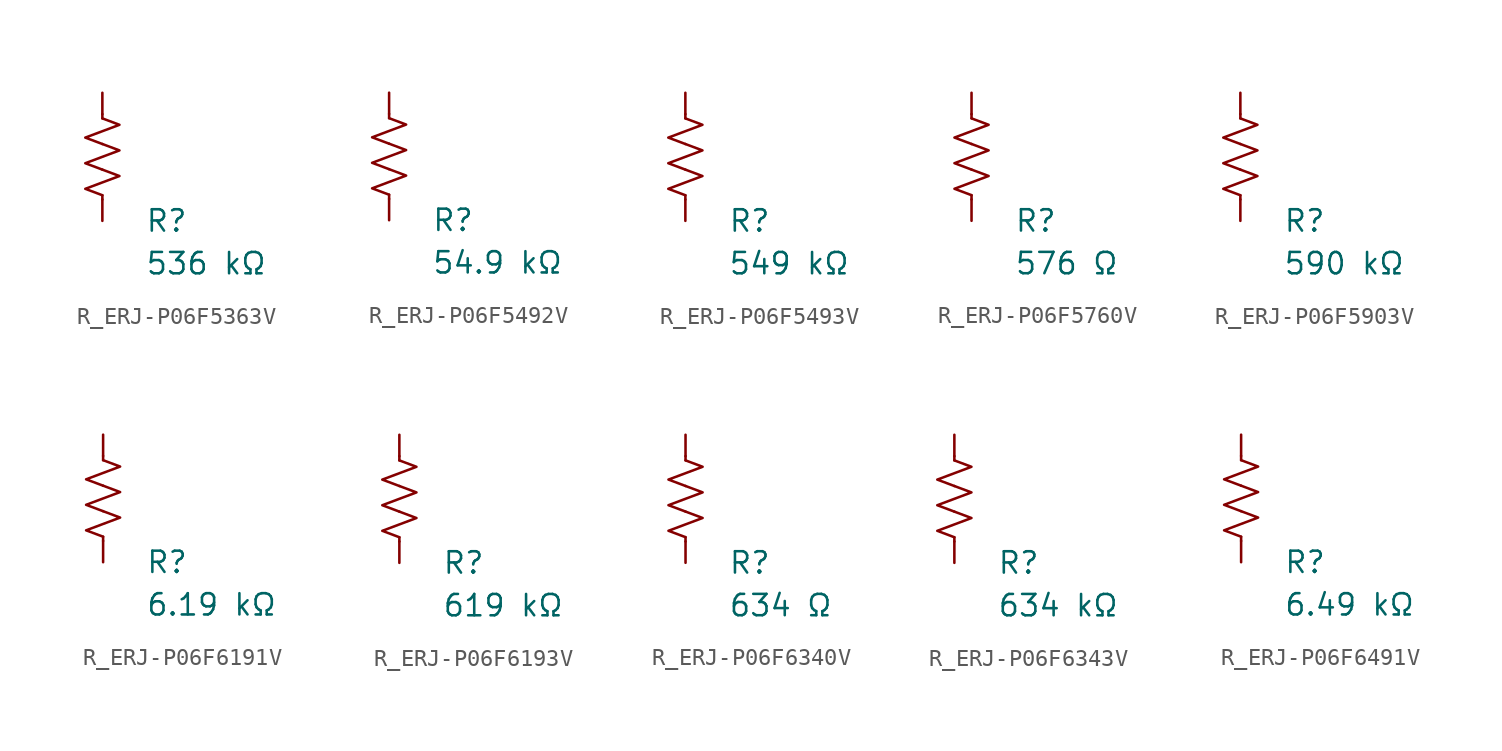
<source format=kicad_sym>
(kicad_symbol_lib
  (version 20231120)
  (generator "kicad_symbol_editor")
  (generator_version "8.0")
  (symbol "R_ERJ-P06F5363V"
    (pin_numbers hide)
    (pin_names
      (offset 0))
    (property "Reference" "R"
      (at 2.54 -3.81 0)
      (effects (font (size 1.27 1.27)) (justify left))
      (show_name no))
    (property "Value" "536 kΩ"
      (at 2.54 -6.35 0)
      (effects (font (size 1.27 1.27)) (justify left))
      (show_name no))
    (symbol "R_ERJ-P06F5363V_0_1"
      (polyline (pts (xy 0 -2.286) (xy 0 -2.54)) (stroke (width 0) (type default)) (fill (type none)))
      (polyline (pts (xy 0 2.286) (xy 0 2.54)) (stroke (width 0) (type default)) (fill (type none)))
      (polyline (pts (xy 0 -0.762) (xy 1.016 -1.143) (xy 0 -1.524) (xy -1.016 -1.905) (xy 0 -2.286)) (stroke (width 0) (type default)) (fill (type none)))
      (polyline (pts (xy 0 0.762) (xy 1.016 0.381) (xy 0 0) (xy -1.016 -0.381) (xy 0 -0.762)) (stroke (width 0) (type default)) (fill (type none)))
      (polyline (pts (xy 0 2.286) (xy 1.016 1.905) (xy 0 1.524) (xy -1.016 1.143) (xy 0 0.762)) (stroke (width 0) (type default)) (fill (type none))))
    (symbol "R_ERJ-P06F5363V_1_1"
      (pin passive line (at 0 3.81 270) (length 1.27) (name "~" (effects (font (size 1.27 1.27)))) (number "1" (effects (font (size 1.27 1.27)))))
      (pin passive line (at 0 -3.81 90) (length 1.27) (name "~" (effects (font (size 1.27 1.27)))) (number "2" (effects (font (size 1.27 1.27)))))))
  (symbol "R_ERJ-P06F5492V"
    (pin_numbers hide)
    (pin_names
      (offset 0))
    (property "Reference" "R"
      (at 2.54 -3.81 0)
      (effects (font (size 1.27 1.27)) (justify left))
      (show_name no))
    (property "Value" "54.9 kΩ"
      (at 2.54 -6.35 0)
      (effects (font (size 1.27 1.27)) (justify left))
      (show_name no))
    (symbol "R_ERJ-P06F5492V_0_1"
      (polyline (pts (xy 0 -2.286) (xy 0 -2.54)) (stroke (width 0) (type default)) (fill (type none)))
      (polyline (pts (xy 0 2.286) (xy 0 2.54)) (stroke (width 0) (type default)) (fill (type none)))
      (polyline (pts (xy 0 -0.762) (xy 1.016 -1.143) (xy 0 -1.524) (xy -1.016 -1.905) (xy 0 -2.286)) (stroke (width 0) (type default)) (fill (type none)))
      (polyline (pts (xy 0 0.762) (xy 1.016 0.381) (xy 0 0) (xy -1.016 -0.381) (xy 0 -0.762)) (stroke (width 0) (type default)) (fill (type none)))
      (polyline (pts (xy 0 2.286) (xy 1.016 1.905) (xy 0 1.524) (xy -1.016 1.143) (xy 0 0.762)) (stroke (width 0) (type default)) (fill (type none))))
    (symbol "R_ERJ-P06F5492V_1_1"
      (pin passive line (at 0 3.81 270) (length 1.27) (name "~" (effects (font (size 1.27 1.27)))) (number "1" (effects (font (size 1.27 1.27)))))
      (pin passive line (at 0 -3.81 90) (length 1.27) (name "~" (effects (font (size 1.27 1.27)))) (number "2" (effects (font (size 1.27 1.27)))))))
  (symbol "R_ERJ-P06F5493V"
    (pin_numbers hide)
    (pin_names
      (offset 0))
    (property "Reference" "R"
      (at 2.54 -3.81 0)
      (effects (font (size 1.27 1.27)) (justify left))
      (show_name no))
    (property "Value" "549 kΩ"
      (at 2.54 -6.35 0)
      (effects (font (size 1.27 1.27)) (justify left))
      (show_name no))
    (symbol "R_ERJ-P06F5493V_0_1"
      (polyline (pts (xy 0 -2.286) (xy 0 -2.54)) (stroke (width 0) (type default)) (fill (type none)))
      (polyline (pts (xy 0 2.286) (xy 0 2.54)) (stroke (width 0) (type default)) (fill (type none)))
      (polyline (pts (xy 0 -0.762) (xy 1.016 -1.143) (xy 0 -1.524) (xy -1.016 -1.905) (xy 0 -2.286)) (stroke (width 0) (type default)) (fill (type none)))
      (polyline (pts (xy 0 0.762) (xy 1.016 0.381) (xy 0 0) (xy -1.016 -0.381) (xy 0 -0.762)) (stroke (width 0) (type default)) (fill (type none)))
      (polyline (pts (xy 0 2.286) (xy 1.016 1.905) (xy 0 1.524) (xy -1.016 1.143) (xy 0 0.762)) (stroke (width 0) (type default)) (fill (type none))))
    (symbol "R_ERJ-P06F5493V_1_1"
      (pin passive line (at 0 3.81 270) (length 1.27) (name "~" (effects (font (size 1.27 1.27)))) (number "1" (effects (font (size 1.27 1.27)))))
      (pin passive line (at 0 -3.81 90) (length 1.27) (name "~" (effects (font (size 1.27 1.27)))) (number "2" (effects (font (size 1.27 1.27)))))))
  (symbol "R_ERJ-P06F5760V"
    (pin_numbers hide)
    (pin_names
      (offset 0))
    (property "Reference" "R"
      (at 2.54 -3.81 0)
      (effects (font (size 1.27 1.27)) (justify left))
      (show_name no))
    (property "Value" "576 Ω"
      (at 2.54 -6.35 0)
      (effects (font (size 1.27 1.27)) (justify left))
      (show_name no))
    (symbol "R_ERJ-P06F5760V_0_1"
      (polyline (pts (xy 0 -2.286) (xy 0 -2.54)) (stroke (width 0) (type default)) (fill (type none)))
      (polyline (pts (xy 0 2.286) (xy 0 2.54)) (stroke (width 0) (type default)) (fill (type none)))
      (polyline (pts (xy 0 -0.762) (xy 1.016 -1.143) (xy 0 -1.524) (xy -1.016 -1.905) (xy 0 -2.286)) (stroke (width 0) (type default)) (fill (type none)))
      (polyline (pts (xy 0 0.762) (xy 1.016 0.381) (xy 0 0) (xy -1.016 -0.381) (xy 0 -0.762)) (stroke (width 0) (type default)) (fill (type none)))
      (polyline (pts (xy 0 2.286) (xy 1.016 1.905) (xy 0 1.524) (xy -1.016 1.143) (xy 0 0.762)) (stroke (width 0) (type default)) (fill (type none))))
    (symbol "R_ERJ-P06F5760V_1_1"
      (pin passive line (at 0 3.81 270) (length 1.27) (name "~" (effects (font (size 1.27 1.27)))) (number "1" (effects (font (size 1.27 1.27)))))
      (pin passive line (at 0 -3.81 90) (length 1.27) (name "~" (effects (font (size 1.27 1.27)))) (number "2" (effects (font (size 1.27 1.27)))))))
  (symbol "R_ERJ-P06F5903V"
    (pin_numbers hide)
    (pin_names
      (offset 0))
    (property "Reference" "R"
      (at 2.54 -3.81 0)
      (effects (font (size 1.27 1.27)) (justify left))
      (show_name no))
    (property "Value" "590 kΩ"
      (at 2.54 -6.35 0)
      (effects (font (size 1.27 1.27)) (justify left))
      (show_name no))
    (symbol "R_ERJ-P06F5903V_0_1"
      (polyline (pts (xy 0 -2.286) (xy 0 -2.54)) (stroke (width 0) (type default)) (fill (type none)))
      (polyline (pts (xy 0 2.286) (xy 0 2.54)) (stroke (width 0) (type default)) (fill (type none)))
      (polyline (pts (xy 0 -0.762) (xy 1.016 -1.143) (xy 0 -1.524) (xy -1.016 -1.905) (xy 0 -2.286)) (stroke (width 0) (type default)) (fill (type none)))
      (polyline (pts (xy 0 0.762) (xy 1.016 0.381) (xy 0 0) (xy -1.016 -0.381) (xy 0 -0.762)) (stroke (width 0) (type default)) (fill (type none)))
      (polyline (pts (xy 0 2.286) (xy 1.016 1.905) (xy 0 1.524) (xy -1.016 1.143) (xy 0 0.762)) (stroke (width 0) (type default)) (fill (type none))))
    (symbol "R_ERJ-P06F5903V_1_1"
      (pin passive line (at 0 3.81 270) (length 1.27) (name "~" (effects (font (size 1.27 1.27)))) (number "1" (effects (font (size 1.27 1.27)))))
      (pin passive line (at 0 -3.81 90) (length 1.27) (name "~" (effects (font (size 1.27 1.27)))) (number "2" (effects (font (size 1.27 1.27)))))))
  (symbol "R_ERJ-P06F6191V"
    (pin_numbers hide)
    (pin_names
      (offset 0))
    (property "Reference" "R"
      (at 2.54 -3.81 0)
      (effects (font (size 1.27 1.27)) (justify left))
      (show_name no))
    (property "Value" "6.19 kΩ"
      (at 2.54 -6.35 0)
      (effects (font (size 1.27 1.27)) (justify left))
      (show_name no))
    (symbol "R_ERJ-P06F6191V_0_1"
      (polyline (pts (xy 0 -2.286) (xy 0 -2.54)) (stroke (width 0) (type default)) (fill (type none)))
      (polyline (pts (xy 0 2.286) (xy 0 2.54)) (stroke (width 0) (type default)) (fill (type none)))
      (polyline (pts (xy 0 -0.762) (xy 1.016 -1.143) (xy 0 -1.524) (xy -1.016 -1.905) (xy 0 -2.286)) (stroke (width 0) (type default)) (fill (type none)))
      (polyline (pts (xy 0 0.762) (xy 1.016 0.381) (xy 0 0) (xy -1.016 -0.381) (xy 0 -0.762)) (stroke (width 0) (type default)) (fill (type none)))
      (polyline (pts (xy 0 2.286) (xy 1.016 1.905) (xy 0 1.524) (xy -1.016 1.143) (xy 0 0.762)) (stroke (width 0) (type default)) (fill (type none))))
    (symbol "R_ERJ-P06F6191V_1_1"
      (pin passive line (at 0 3.81 270) (length 1.27) (name "~" (effects (font (size 1.27 1.27)))) (number "1" (effects (font (size 1.27 1.27)))))
      (pin passive line (at 0 -3.81 90) (length 1.27) (name "~" (effects (font (size 1.27 1.27)))) (number "2" (effects (font (size 1.27 1.27)))))))
  (symbol "R_ERJ-P06F6193V"
    (pin_numbers hide)
    (pin_names
      (offset 0))
    (property "Reference" "R"
      (at 2.54 -3.81 0)
      (effects (font (size 1.27 1.27)) (justify left))
      (show_name no))
    (property "Value" "619 kΩ"
      (at 2.54 -6.35 0)
      (effects (font (size 1.27 1.27)) (justify left))
      (show_name no))
    (symbol "R_ERJ-P06F6193V_0_1"
      (polyline (pts (xy 0 -2.286) (xy 0 -2.54)) (stroke (width 0) (type default)) (fill (type none)))
      (polyline (pts (xy 0 2.286) (xy 0 2.54)) (stroke (width 0) (type default)) (fill (type none)))
      (polyline (pts (xy 0 -0.762) (xy 1.016 -1.143) (xy 0 -1.524) (xy -1.016 -1.905) (xy 0 -2.286)) (stroke (width 0) (type default)) (fill (type none)))
      (polyline (pts (xy 0 0.762) (xy 1.016 0.381) (xy 0 0) (xy -1.016 -0.381) (xy 0 -0.762)) (stroke (width 0) (type default)) (fill (type none)))
      (polyline (pts (xy 0 2.286) (xy 1.016 1.905) (xy 0 1.524) (xy -1.016 1.143) (xy 0 0.762)) (stroke (width 0) (type default)) (fill (type none))))
    (symbol "R_ERJ-P06F6193V_1_1"
      (pin passive line (at 0 3.81 270) (length 1.27) (name "~" (effects (font (size 1.27 1.27)))) (number "1" (effects (font (size 1.27 1.27)))))
      (pin passive line (at 0 -3.81 90) (length 1.27) (name "~" (effects (font (size 1.27 1.27)))) (number "2" (effects (font (size 1.27 1.27)))))))
  (symbol "R_ERJ-P06F6340V"
    (pin_numbers hide)
    (pin_names
      (offset 0))
    (property "Reference" "R"
      (at 2.54 -3.81 0)
      (effects (font (size 1.27 1.27)) (justify left))
      (show_name no))
    (property "Value" "634 Ω"
      (at 2.54 -6.35 0)
      (effects (font (size 1.27 1.27)) (justify left))
      (show_name no))
    (symbol "R_ERJ-P06F6340V_0_1"
      (polyline (pts (xy 0 -2.286) (xy 0 -2.54)) (stroke (width 0) (type default)) (fill (type none)))
      (polyline (pts (xy 0 2.286) (xy 0 2.54)) (stroke (width 0) (type default)) (fill (type none)))
      (polyline (pts (xy 0 -0.762) (xy 1.016 -1.143) (xy 0 -1.524) (xy -1.016 -1.905) (xy 0 -2.286)) (stroke (width 0) (type default)) (fill (type none)))
      (polyline (pts (xy 0 0.762) (xy 1.016 0.381) (xy 0 0) (xy -1.016 -0.381) (xy 0 -0.762)) (stroke (width 0) (type default)) (fill (type none)))
      (polyline (pts (xy 0 2.286) (xy 1.016 1.905) (xy 0 1.524) (xy -1.016 1.143) (xy 0 0.762)) (stroke (width 0) (type default)) (fill (type none))))
    (symbol "R_ERJ-P06F6340V_1_1"
      (pin passive line (at 0 3.81 270) (length 1.27) (name "~" (effects (font (size 1.27 1.27)))) (number "1" (effects (font (size 1.27 1.27)))))
      (pin passive line (at 0 -3.81 90) (length 1.27) (name "~" (effects (font (size 1.27 1.27)))) (number "2" (effects (font (size 1.27 1.27)))))))
  (symbol "R_ERJ-P06F6343V"
    (pin_numbers hide)
    (pin_names
      (offset 0))
    (property "Reference" "R"
      (at 2.54 -3.81 0)
      (effects (font (size 1.27 1.27)) (justify left))
      (show_name no))
    (property "Value" "634 kΩ"
      (at 2.54 -6.35 0)
      (effects (font (size 1.27 1.27)) (justify left))
      (show_name no))
    (symbol "R_ERJ-P06F6343V_0_1"
      (polyline (pts (xy 0 -2.286) (xy 0 -2.54)) (stroke (width 0) (type default)) (fill (type none)))
      (polyline (pts (xy 0 2.286) (xy 0 2.54)) (stroke (width 0) (type default)) (fill (type none)))
      (polyline (pts (xy 0 -0.762) (xy 1.016 -1.143) (xy 0 -1.524) (xy -1.016 -1.905) (xy 0 -2.286)) (stroke (width 0) (type default)) (fill (type none)))
      (polyline (pts (xy 0 0.762) (xy 1.016 0.381) (xy 0 0) (xy -1.016 -0.381) (xy 0 -0.762)) (stroke (width 0) (type default)) (fill (type none)))
      (polyline (pts (xy 0 2.286) (xy 1.016 1.905) (xy 0 1.524) (xy -1.016 1.143) (xy 0 0.762)) (stroke (width 0) (type default)) (fill (type none))))
    (symbol "R_ERJ-P06F6343V_1_1"
      (pin passive line (at 0 3.81 270) (length 1.27) (name "~" (effects (font (size 1.27 1.27)))) (number "1" (effects (font (size 1.27 1.27)))))
      (pin passive line (at 0 -3.81 90) (length 1.27) (name "~" (effects (font (size 1.27 1.27)))) (number "2" (effects (font (size 1.27 1.27)))))))
  (symbol "R_ERJ-P06F6491V"
    (pin_numbers hide)
    (pin_names
      (offset 0))
    (property "Reference" "R"
      (at 2.54 -3.81 0)
      (effects (font (size 1.27 1.27)) (justify left))
      (show_name no))
    (property "Value" "6.49 kΩ"
      (at 2.54 -6.35 0)
      (effects (font (size 1.27 1.27)) (justify left))
      (show_name no))
    (symbol "R_ERJ-P06F6491V_0_1"
      (polyline (pts (xy 0 -2.286) (xy 0 -2.54)) (stroke (width 0) (type default)) (fill (type none)))
      (polyline (pts (xy 0 2.286) (xy 0 2.54)) (stroke (width 0) (type default)) (fill (type none)))
      (polyline (pts (xy 0 -0.762) (xy 1.016 -1.143) (xy 0 -1.524) (xy -1.016 -1.905) (xy 0 -2.286)) (stroke (width 0) (type default)) (fill (type none)))
      (polyline (pts (xy 0 0.762) (xy 1.016 0.381) (xy 0 0) (xy -1.016 -0.381) (xy 0 -0.762)) (stroke (width 0) (type default)) (fill (type none)))
      (polyline (pts (xy 0 2.286) (xy 1.016 1.905) (xy 0 1.524) (xy -1.016 1.143) (xy 0 0.762)) (stroke (width 0) (type default)) (fill (type none))))
    (symbol "R_ERJ-P06F6491V_1_1"
      (pin passive line (at 0 3.81 270) (length 1.27) (name "~" (effects (font (size 1.27 1.27)))) (number "1" (effects (font (size 1.27 1.27)))))
      (pin passive line (at 0 -3.81 90) (length 1.27) (name "~" (effects (font (size 1.27 1.27)))) (number "2" (effects (font (size 1.27 1.27))))))))
</source>
